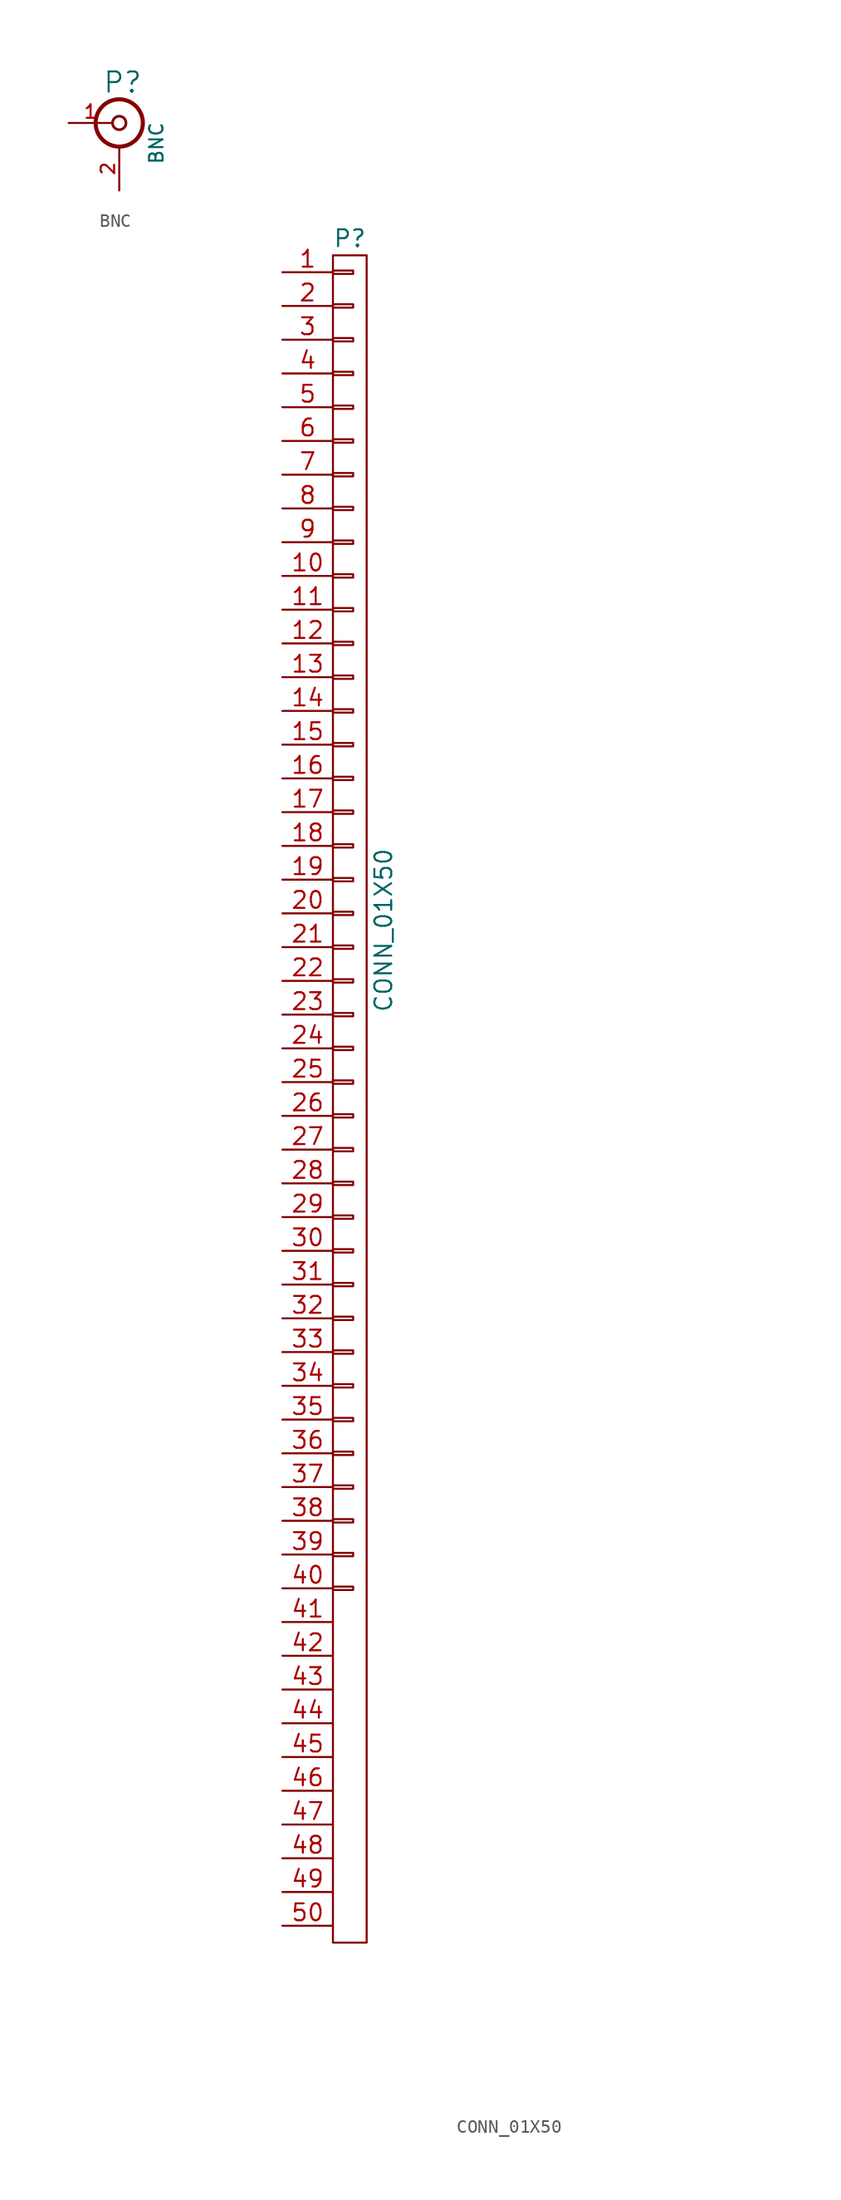
<source format=kicad_sym>
(kicad_symbol_lib
  (version 20211014)
  (generator kicad_symbol_editor)
  (symbol "BNC"
    (pin_names
      (offset 1.016) hide)
    (property "Reference" "P"
      (at 0.254 3.048 0)
      (effects (font (size 1.524 1.524))))
    (property "Value" "BNC"
      (at 2.794 -1.524 90)
      (effects (font (size 1.016 1.016))))
    (property "Footprint" ""
      (at 0 0 0)
      (effects (font (size 1.524 1.524))))
    (property "Datasheet" ""
      (at 0 0 0)
      (effects (font (size 1.524 1.524))))
    (symbol "BNC_0_1"
      (circle (center 0 0) (radius 0.508) (stroke (width 0.203) (type default) (color 0 0 0 0)) (fill (type none)))
      (circle (center 0 0) (radius 1.778) (stroke (width 0.305) (type default) (color 0 0 0 0)) (fill (type none))))
    (symbol "BNC_1_1"
      (pin passive line (at -3.81 0 0) (length 3.302) (name "In" (effects (font (size 1.016 1.016)))) (number "1" (effects (font (size 1.016 1.016)))))
      (pin passive line (at 0 -5.08 90) (length 3.302) (name "Ext" (effects (font (size 1.016 1.016)))) (number "2" (effects (font (size 1.016 1.016)))))))
  (symbol "CONN_01X50"
    (pin_names
      (offset 1.016) hide)
    (property "Reference" "P"
      (at 0 64.77 0)
      (effects (font (size 1.27 1.27))))
    (property "Value" "CONN_01X50"
      (at 2.54 12.7 90)
      (effects (font (size 1.27 1.27))))
    (property "Footprint" ""
      (at 29.21 -2.54 0)
      (effects (font (size 1.524 1.524))))
    (property "Datasheet" ""
      (at 29.21 -2.54 0)
      (effects (font (size 1.524 1.524))))
    (symbol "CONN_01X50_0_1"
      (rectangle (start -1.27 -36.703) (end 0.254 -36.957) (stroke (width 0) (type default) (color 0 0 0 0)) (fill (type none)))
      (rectangle (start -1.27 -34.163) (end 0.254 -34.417) (stroke (width 0) (type default) (color 0 0 0 0)) (fill (type none)))
      (rectangle (start -1.27 -31.623) (end 0.254 -31.877) (stroke (width 0) (type default) (color 0 0 0 0)) (fill (type none)))
      (rectangle (start -1.27 -29.083) (end 0.254 -29.337) (stroke (width 0) (type default) (color 0 0 0 0)) (fill (type none)))
      (rectangle (start -1.27 -26.543) (end 0.254 -26.797) (stroke (width 0) (type default) (color 0 0 0 0)) (fill (type none)))
      (rectangle (start -1.27 -24.003) (end 0.254 -24.257) (stroke (width 0) (type default) (color 0 0 0 0)) (fill (type none)))
      (rectangle (start -1.27 -21.463) (end 0.254 -21.717) (stroke (width 0) (type default) (color 0 0 0 0)) (fill (type none)))
      (rectangle (start -1.27 -18.923) (end 0.254 -19.177) (stroke (width 0) (type default) (color 0 0 0 0)) (fill (type none)))
      (rectangle (start -1.27 -16.383) (end 0.254 -16.637) (stroke (width 0) (type default) (color 0 0 0 0)) (fill (type none)))
      (rectangle (start -1.27 -13.843) (end 0.254 -14.097) (stroke (width 0) (type default) (color 0 0 0 0)) (fill (type none)))
      (rectangle (start -1.27 -11.303) (end 0.254 -11.557) (stroke (width 0) (type default) (color 0 0 0 0)) (fill (type none)))
      (rectangle (start -1.27 -8.763) (end 0.254 -9.017) (stroke (width 0) (type default) (color 0 0 0 0)) (fill (type none)))
      (rectangle (start -1.27 -6.223) (end 0.254 -6.477) (stroke (width 0) (type default) (color 0 0 0 0)) (fill (type none)))
      (rectangle (start -1.27 -3.683) (end 0.254 -3.937) (stroke (width 0) (type default) (color 0 0 0 0)) (fill (type none)))
      (rectangle (start -1.27 -1.143) (end 0.254 -1.397) (stroke (width 0) (type default) (color 0 0 0 0)) (fill (type none)))
      (rectangle (start -1.27 1.397) (end 0.254 1.143) (stroke (width 0) (type default) (color 0 0 0 0)) (fill (type none)))
      (rectangle (start -1.27 3.937) (end 0.254 3.683) (stroke (width 0) (type default) (color 0 0 0 0)) (fill (type none)))
      (rectangle (start -1.27 6.477) (end 0.254 6.223) (stroke (width 0) (type default) (color 0 0 0 0)) (fill (type none)))
      (rectangle (start -1.27 9.017) (end 0.254 8.763) (stroke (width 0) (type default) (color 0 0 0 0)) (fill (type none)))
      (rectangle (start -1.27 11.557) (end 0.254 11.303) (stroke (width 0) (type default) (color 0 0 0 0)) (fill (type none)))
      (rectangle (start -1.27 14.097) (end 0.254 13.843) (stroke (width 0) (type default) (color 0 0 0 0)) (fill (type none)))
      (rectangle (start -1.27 16.637) (end 0.254 16.383) (stroke (width 0) (type default) (color 0 0 0 0)) (fill (type none)))
      (rectangle (start -1.27 19.177) (end 0.254 18.923) (stroke (width 0) (type default) (color 0 0 0 0)) (fill (type none)))
      (rectangle (start -1.27 21.717) (end 0.254 21.463) (stroke (width 0) (type default) (color 0 0 0 0)) (fill (type none)))
      (rectangle (start -1.27 24.257) (end 0.254 24.003) (stroke (width 0) (type default) (color 0 0 0 0)) (fill (type none)))
      (rectangle (start -1.27 26.797) (end 0.254 26.543) (stroke (width 0) (type default) (color 0 0 0 0)) (fill (type none)))
      (rectangle (start -1.27 29.337) (end 0.254 29.083) (stroke (width 0) (type default) (color 0 0 0 0)) (fill (type none)))
      (rectangle (start -1.27 31.877) (end 0.254 31.623) (stroke (width 0) (type default) (color 0 0 0 0)) (fill (type none)))
      (rectangle (start -1.27 34.417) (end 0.254 34.163) (stroke (width 0) (type default) (color 0 0 0 0)) (fill (type none)))
      (rectangle (start -1.27 36.957) (end 0.254 36.703) (stroke (width 0) (type default) (color 0 0 0 0)) (fill (type none)))
      (rectangle (start -1.27 39.497) (end 0.254 39.243) (stroke (width 0) (type default) (color 0 0 0 0)) (fill (type none)))
      (rectangle (start -1.27 42.037) (end 0.254 41.783) (stroke (width 0) (type default) (color 0 0 0 0)) (fill (type none)))
      (rectangle (start -1.27 44.577) (end 0.254 44.323) (stroke (width 0) (type default) (color 0 0 0 0)) (fill (type none)))
      (rectangle (start -1.27 47.117) (end 0.254 46.863) (stroke (width 0) (type default) (color 0 0 0 0)) (fill (type none)))
      (rectangle (start -1.27 49.657) (end 0.254 49.403) (stroke (width 0) (type default) (color 0 0 0 0)) (fill (type none)))
      (rectangle (start -1.27 52.197) (end 0.254 51.943) (stroke (width 0) (type default) (color 0 0 0 0)) (fill (type none)))
      (rectangle (start -1.27 54.737) (end 0.254 54.483) (stroke (width 0) (type default) (color 0 0 0 0)) (fill (type none)))
      (rectangle (start -1.27 57.277) (end 0.254 57.023) (stroke (width 0) (type default) (color 0 0 0 0)) (fill (type none)))
      (rectangle (start -1.27 59.817) (end 0.254 59.563) (stroke (width 0) (type default) (color 0 0 0 0)) (fill (type none)))
      (rectangle (start -1.27 62.357) (end 0.254 62.103) (stroke (width 0) (type default) (color 0 0 0 0)) (fill (type none)))
      (rectangle (start -1.27 63.5) (end 1.27 -63.5) (stroke (width 0) (type default) (color 0 0 0 0)) (fill (type none))))
    (symbol "CONN_01X50_1_1"
      (pin passive line (at -5.08 62.23 0) (length 3.81) (name "P1" (effects (font (size 1.27 1.27)))) (number "1" (effects (font (size 1.27 1.27)))))
      (pin passive line (at -5.08 39.37 0) (length 3.81) (name "P10" (effects (font (size 1.27 1.27)))) (number "10" (effects (font (size 1.27 1.27)))))
      (pin passive line (at -5.08 36.83 0) (length 3.81) (name "P11" (effects (font (size 1.27 1.27)))) (number "11" (effects (font (size 1.27 1.27)))))
      (pin passive line (at -5.08 34.29 0) (length 3.81) (name "P12" (effects (font (size 1.27 1.27)))) (number "12" (effects (font (size 1.27 1.27)))))
      (pin passive line (at -5.08 31.75 0) (length 3.81) (name "P13" (effects (font (size 1.27 1.27)))) (number "13" (effects (font (size 1.27 1.27)))))
      (pin passive line (at -5.08 29.21 0) (length 3.81) (name "P14" (effects (font (size 1.27 1.27)))) (number "14" (effects (font (size 1.27 1.27)))))
      (pin passive line (at -5.08 26.67 0) (length 3.81) (name "P15" (effects (font (size 1.27 1.27)))) (number "15" (effects (font (size 1.27 1.27)))))
      (pin passive line (at -5.08 24.13 0) (length 3.81) (name "P16" (effects (font (size 1.27 1.27)))) (number "16" (effects (font (size 1.27 1.27)))))
      (pin passive line (at -5.08 21.59 0) (length 3.81) (name "P17" (effects (font (size 1.27 1.27)))) (number "17" (effects (font (size 1.27 1.27)))))
      (pin passive line (at -5.08 19.05 0) (length 3.81) (name "P18" (effects (font (size 1.27 1.27)))) (number "18" (effects (font (size 1.27 1.27)))))
      (pin passive line (at -5.08 16.51 0) (length 3.81) (name "P19" (effects (font (size 1.27 1.27)))) (number "19" (effects (font (size 1.27 1.27)))))
      (pin passive line (at -5.08 59.69 0) (length 3.81) (name "P2" (effects (font (size 1.27 1.27)))) (number "2" (effects (font (size 1.27 1.27)))))
      (pin passive line (at -5.08 13.97 0) (length 3.81) (name "P20" (effects (font (size 1.27 1.27)))) (number "20" (effects (font (size 1.27 1.27)))))
      (pin passive line (at -5.08 11.43 0) (length 3.81) (name "P21" (effects (font (size 1.27 1.27)))) (number "21" (effects (font (size 1.27 1.27)))))
      (pin passive line (at -5.08 8.89 0) (length 3.81) (name "P22" (effects (font (size 1.27 1.27)))) (number "22" (effects (font (size 1.27 1.27)))))
      (pin passive line (at -5.08 6.35 0) (length 3.81) (name "P23" (effects (font (size 1.27 1.27)))) (number "23" (effects (font (size 1.27 1.27)))))
      (pin passive line (at -5.08 3.81 0) (length 3.81) (name "P24" (effects (font (size 1.27 1.27)))) (number "24" (effects (font (size 1.27 1.27)))))
      (pin passive line (at -5.08 1.27 0) (length 3.81) (name "P25" (effects (font (size 1.27 1.27)))) (number "25" (effects (font (size 1.27 1.27)))))
      (pin passive line (at -5.08 -1.27 0) (length 3.81) (name "P26" (effects (font (size 1.27 1.27)))) (number "26" (effects (font (size 1.27 1.27)))))
      (pin passive line (at -5.08 -3.81 0) (length 3.81) (name "P27" (effects (font (size 1.27 1.27)))) (number "27" (effects (font (size 1.27 1.27)))))
      (pin passive line (at -5.08 -6.35 0) (length 3.81) (name "P28" (effects (font (size 1.27 1.27)))) (number "28" (effects (font (size 1.27 1.27)))))
      (pin passive line (at -5.08 -8.89 0) (length 3.81) (name "P29" (effects (font (size 1.27 1.27)))) (number "29" (effects (font (size 1.27 1.27)))))
      (pin passive line (at -5.08 57.15 0) (length 3.81) (name "P3" (effects (font (size 1.27 1.27)))) (number "3" (effects (font (size 1.27 1.27)))))
      (pin passive line (at -5.08 -11.43 0) (length 3.81) (name "P30" (effects (font (size 1.27 1.27)))) (number "30" (effects (font (size 1.27 1.27)))))
      (pin passive line (at -5.08 -13.97 0) (length 3.81) (name "P31" (effects (font (size 1.27 1.27)))) (number "31" (effects (font (size 1.27 1.27)))))
      (pin passive line (at -5.08 -16.51 0) (length 3.81) (name "P32" (effects (font (size 1.27 1.27)))) (number "32" (effects (font (size 1.27 1.27)))))
      (pin passive line (at -5.08 -19.05 0) (length 3.81) (name "P33" (effects (font (size 1.27 1.27)))) (number "33" (effects (font (size 1.27 1.27)))))
      (pin passive line (at -5.08 -21.59 0) (length 3.81) (name "P34" (effects (font (size 1.27 1.27)))) (number "34" (effects (font (size 1.27 1.27)))))
      (pin passive line (at -5.08 -24.13 0) (length 3.81) (name "P35" (effects (font (size 1.27 1.27)))) (number "35" (effects (font (size 1.27 1.27)))))
      (pin passive line (at -5.08 -26.67 0) (length 3.81) (name "P36" (effects (font (size 1.27 1.27)))) (number "36" (effects (font (size 1.27 1.27)))))
      (pin passive line (at -5.08 -29.21 0) (length 3.81) (name "P37" (effects (font (size 1.27 1.27)))) (number "37" (effects (font (size 1.27 1.27)))))
      (pin passive line (at -5.08 -31.75 0) (length 3.81) (name "P38" (effects (font (size 1.27 1.27)))) (number "38" (effects (font (size 1.27 1.27)))))
      (pin passive line (at -5.08 -34.29 0) (length 3.81) (name "P39" (effects (font (size 1.27 1.27)))) (number "39" (effects (font (size 1.27 1.27)))))
      (pin passive line (at -5.08 54.61 0) (length 3.81) (name "P4" (effects (font (size 1.27 1.27)))) (number "4" (effects (font (size 1.27 1.27)))))
      (pin passive line (at -5.08 -36.83 0) (length 3.81) (name "P40" (effects (font (size 1.27 1.27)))) (number "40" (effects (font (size 1.27 1.27)))))
      (pin passive line (at -5.08 -39.37 0) (length 3.81) (name "P41" (effects (font (size 1.27 1.27)))) (number "41" (effects (font (size 1.27 1.27)))))
      (pin passive line (at -5.08 -41.91 0) (length 3.81) (name "P42" (effects (font (size 1.27 1.27)))) (number "42" (effects (font (size 1.27 1.27)))))
      (pin passive line (at -5.08 -44.45 0) (length 3.81) (name "P43" (effects (font (size 1.27 1.27)))) (number "43" (effects (font (size 1.27 1.27)))))
      (pin passive line (at -5.08 -46.99 0) (length 3.81) (name "P44" (effects (font (size 1.27 1.27)))) (number "44" (effects (font (size 1.27 1.27)))))
      (pin passive line (at -5.08 -49.53 0) (length 3.81) (name "P45" (effects (font (size 1.27 1.27)))) (number "45" (effects (font (size 1.27 1.27)))))
      (pin passive line (at -5.08 -52.07 0) (length 3.81) (name "P46" (effects (font (size 1.27 1.27)))) (number "46" (effects (font (size 1.27 1.27)))))
      (pin passive line (at -5.08 -54.61 0) (length 3.81) (name "P47" (effects (font (size 1.27 1.27)))) (number "47" (effects (font (size 1.27 1.27)))))
      (pin passive line (at -5.08 -57.15 0) (length 3.81) (name "P48" (effects (font (size 1.27 1.27)))) (number "48" (effects (font (size 1.27 1.27)))))
      (pin passive line (at -5.08 -59.69 0) (length 3.81) (name "P49" (effects (font (size 1.27 1.27)))) (number "49" (effects (font (size 1.27 1.27)))))
      (pin passive line (at -5.08 52.07 0) (length 3.81) (name "P5" (effects (font (size 1.27 1.27)))) (number "5" (effects (font (size 1.27 1.27)))))
      (pin passive line (at -5.08 -62.23 0) (length 3.81) (name "P50" (effects (font (size 1.27 1.27)))) (number "50" (effects (font (size 1.27 1.27)))))
      (pin passive line (at -5.08 49.53 0) (length 3.81) (name "P6" (effects (font (size 1.27 1.27)))) (number "6" (effects (font (size 1.27 1.27)))))
      (pin passive line (at -5.08 46.99 0) (length 3.81) (name "P7" (effects (font (size 1.27 1.27)))) (number "7" (effects (font (size 1.27 1.27)))))
      (pin passive line (at -5.08 44.45 0) (length 3.81) (name "P8" (effects (font (size 1.27 1.27)))) (number "8" (effects (font (size 1.27 1.27)))))
      (pin passive line (at -5.08 41.91 0) (length 3.81) (name "P9" (effects (font (size 1.27 1.27)))) (number "9" (effects (font (size 1.27 1.27))))))))
</source>
